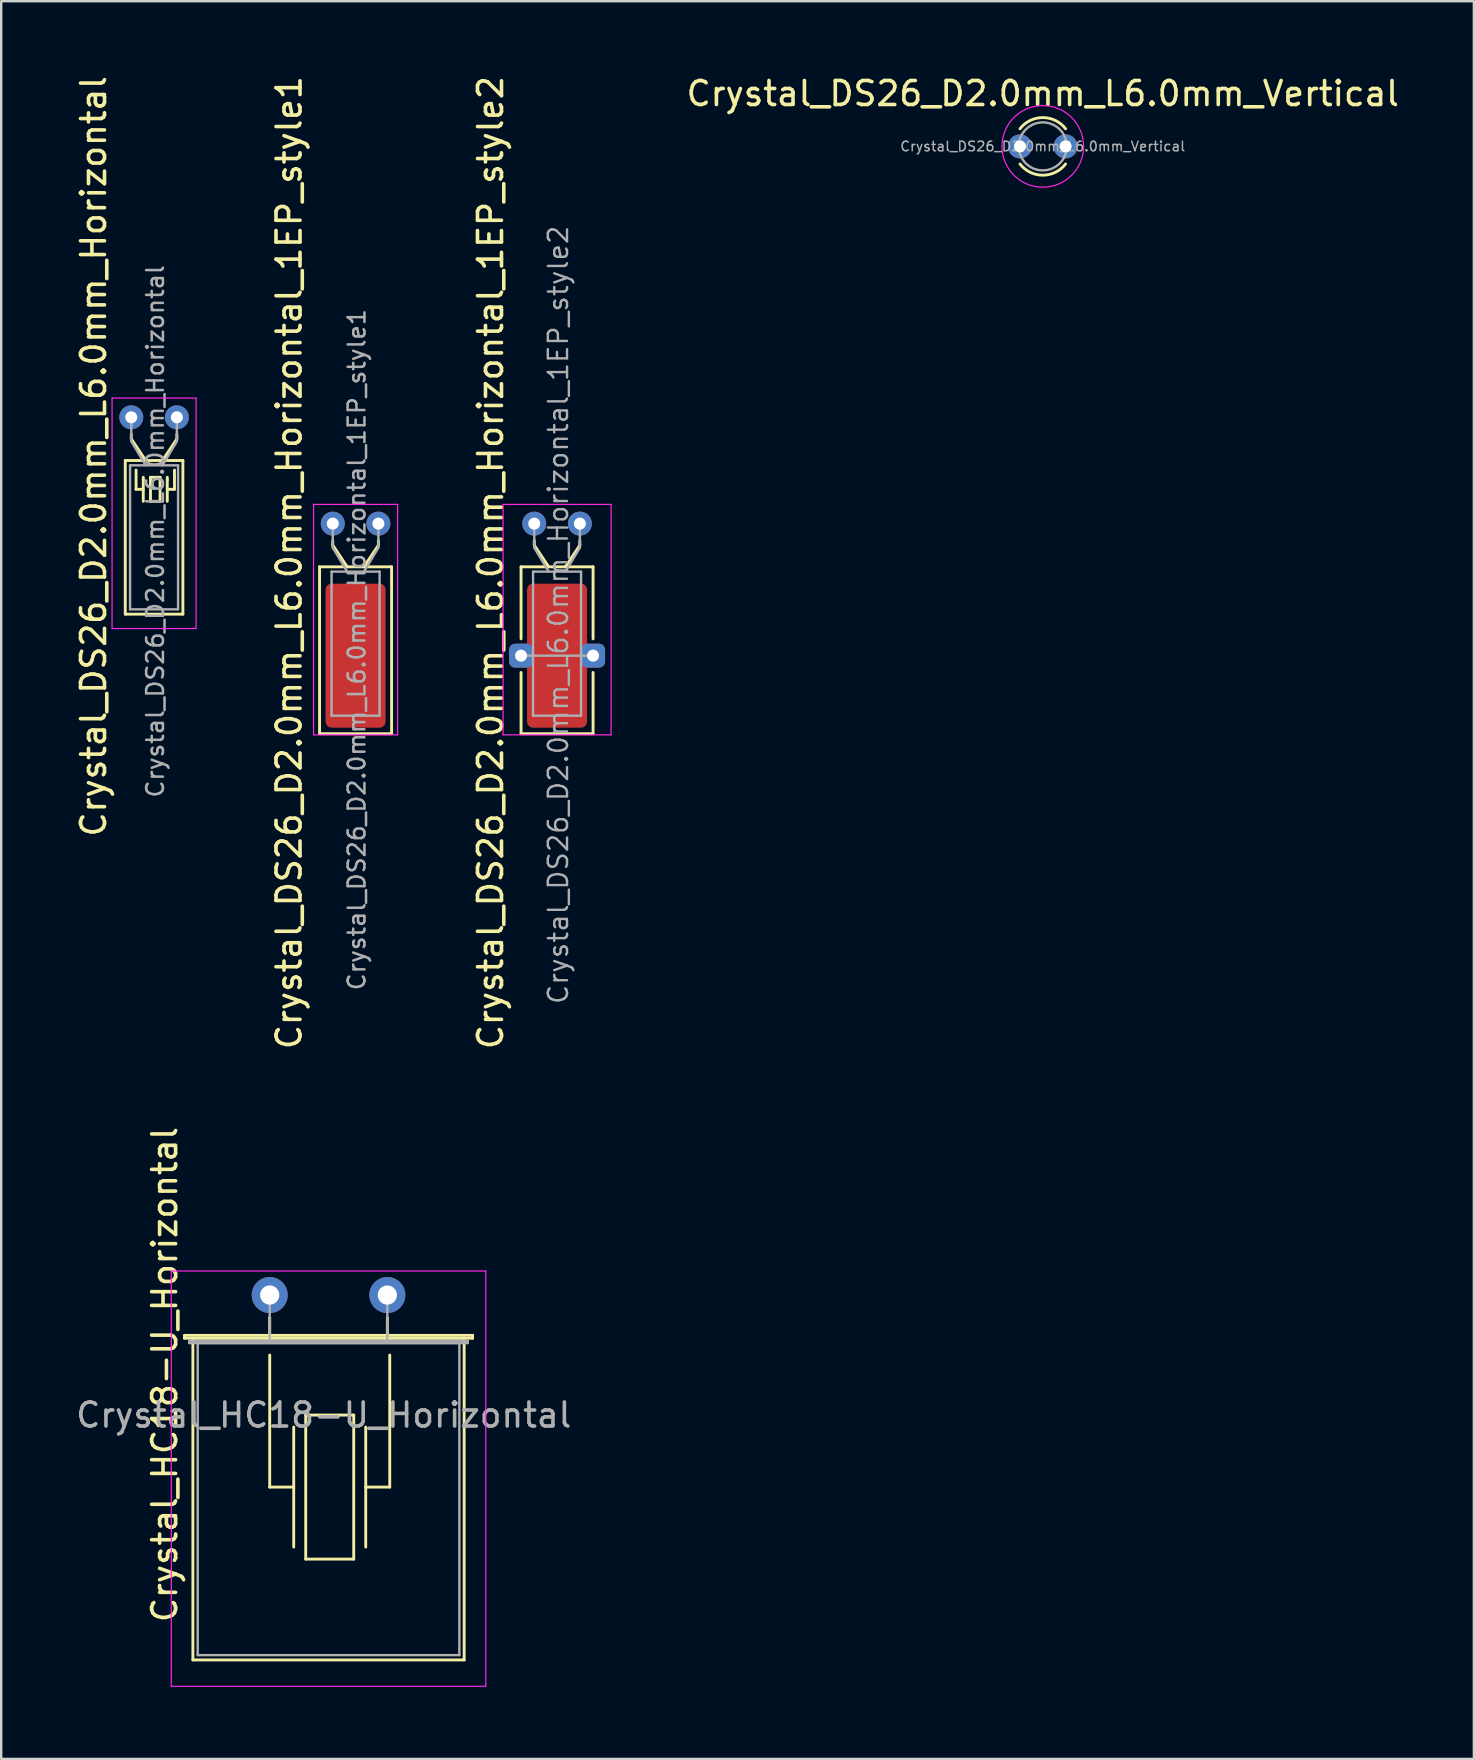
<source format=kicad_pcb>
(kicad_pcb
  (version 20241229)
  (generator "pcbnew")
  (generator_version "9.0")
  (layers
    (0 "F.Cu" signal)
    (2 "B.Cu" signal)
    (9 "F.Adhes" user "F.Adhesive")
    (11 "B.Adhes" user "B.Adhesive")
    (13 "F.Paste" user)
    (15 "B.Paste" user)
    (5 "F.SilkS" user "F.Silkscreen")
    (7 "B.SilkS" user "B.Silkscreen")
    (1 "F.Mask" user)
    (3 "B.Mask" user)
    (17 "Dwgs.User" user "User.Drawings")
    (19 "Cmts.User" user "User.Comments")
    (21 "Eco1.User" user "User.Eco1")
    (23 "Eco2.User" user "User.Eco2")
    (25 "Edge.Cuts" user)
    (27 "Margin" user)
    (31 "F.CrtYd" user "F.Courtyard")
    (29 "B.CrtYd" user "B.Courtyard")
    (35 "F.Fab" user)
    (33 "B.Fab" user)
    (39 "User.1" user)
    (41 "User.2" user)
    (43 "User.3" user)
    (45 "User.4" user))
  (footprint "Crystal_DS26_D2.0mm_L6.0mm_Horizontal"
    (layer "F.Cu")
    (at 2.418 14.333)
    (property "Reference" "Crystal_DS26_D2.0mm_L6.0mm_Horizontal" (at -1.57 1.625 90) (layer "F.SilkS") (effects (font (size 1 1) (thickness 0.15))))
    (attr through_hole)
    (fp_line (start -0.25 1.8) (end -0.25 8.2) (stroke (width 0.12) (type solid)) (layer "F.SilkS"))
    (fp_line (start -0.25 8.2) (end 2.15 8.2) (stroke (width 0.12) (type solid)) (layer "F.SilkS"))
    (fp_line (start 0 0.9) (end 0 0.7) (stroke (width 0.12) (type solid)) (layer "F.SilkS"))
    (fp_line (start 0.2 3) (end 0.2 2.2) (stroke (width 0.12) (type solid)) (layer "F.SilkS"))
    (fp_line (start 0.5 2.6) (end 0.5 2.5) (stroke (width 0.12) (type solid)) (layer "F.SilkS"))
    (fp_line (start 0.5 3) (end 0.2 3) (stroke (width 0.12) (type solid)) (layer "F.SilkS"))
    (fp_line (start 0.5 3.5) (end 0.5 2.6) (stroke (width 0.12) (type solid)) (layer "F.SilkS"))
    (fp_line (start 0.6 1.8) (end 0 0.9) (stroke (width 0.12) (type solid)) (layer "F.SilkS"))
    (fp_line (start 0.8 2.5) (end 0.8 3.5) (stroke (width 0.12) (type solid)) (layer "F.SilkS"))
    (fp_line (start 0.8 3.5) (end 1.2 3.5) (stroke (width 0.12) (type solid)) (layer "F.SilkS"))
    (fp_line (start 1.2 2.5) (end 0.8 2.5) (stroke (width 0.12) (type solid)) (layer "F.SilkS"))
    (fp_line (start 1.2 3.5) (end 1.2 2.5) (stroke (width 0.12) (type solid)) (layer "F.SilkS"))
    (fp_line (start 1.3 1.8) (end 1.9 0.9) (stroke (width 0.12) (type solid)) (layer "F.SilkS"))
    (fp_line (start 1.5 2.6) (end 1.5 2.5) (stroke (width 0.12) (type solid)) (layer "F.SilkS"))
    (fp_line (start 1.5 3) (end 1.8 3) (stroke (width 0.12) (type solid)) (layer "F.SilkS"))
    (fp_line (start 1.5 3.5) (end 1.5 2.6) (stroke (width 0.12) (type solid)) (layer "F.SilkS"))
    (fp_line (start 1.8 3) (end 1.8 2.2) (stroke (width 0.12) (type solid)) (layer "F.SilkS"))
    (fp_line (start 1.9 0.9) (end 1.9 0.7) (stroke (width 0.12) (type solid)) (layer "F.SilkS"))
    (fp_line (start 2.15 1.8) (end -0.25 1.8) (stroke (width 0.12) (type solid)) (layer "F.SilkS"))
    (fp_line (start 2.15 8.2) (end 2.15 1.8) (stroke (width 0.12) (type solid)) (layer "F.SilkS"))
    (fp_line (start -0.8 -0.8) (end -0.8 8.8) (stroke (width 0.05) (type solid)) (layer "F.CrtYd"))
    (fp_line (start -0.8 8.8) (end 2.7 8.8) (stroke (width 0.05) (type solid)) (layer "F.CrtYd"))
    (fp_line (start 2.7 -0.8) (end -0.8 -0.8) (stroke (width 0.05) (type solid)) (layer "F.CrtYd"))
    (fp_line (start 2.7 8.8) (end 2.7 -0.8) (stroke (width 0.05) (type solid)) (layer "F.CrtYd"))
    (fp_line (start -0.05 2) (end -0.05 8) (stroke (width 0.1) (type solid)) (layer "F.Fab"))
    (fp_line (start -0.05 8) (end 1.95 8) (stroke (width 0.1) (type solid)) (layer "F.Fab"))
    (fp_line (start 0 1) (end 0 0) (stroke (width 0.1) (type solid)) (layer "F.Fab"))
    (fp_line (start 0.6 2) (end 0 1) (stroke (width 0.1) (type solid)) (layer "F.Fab"))
    (fp_line (start 1.3 2) (end 1.9 1) (stroke (width 0.1) (type solid)) (layer "F.Fab"))
    (fp_line (start 1.9 1) (end 1.9 0) (stroke (width 0.1) (type solid)) (layer "F.Fab"))
    (fp_line (start 1.95 2) (end -0.05 2) (stroke (width 0.1) (type solid)) (layer "F.Fab"))
    (fp_line (start 1.95 8) (end 1.95 2) (stroke (width 0.1) (type solid)) (layer "F.Fab"))
    (fp_text user "${REFERENCE}" (at 1 4.75 90) (layer "F.Fab") (effects (font (size 0.7 0.7) (thickness 0.105))))
    (pad "1" thru_hole circle (at 0 0) (size 1 1) (drill 0.5) (layers "*.Cu" "*.Mask"))
    (pad "2" thru_hole circle (at 1.9 0) (size 1 1) (drill 0.5) (layers "*.Cu" "*.Mask")))
  (footprint "Crystal_DS26_D2.0mm_L6.0mm_Horizontal_1EP_style2"
    (layer "F.Cu")
    (at 19.205 18.762)
    (property "Reference" "Crystal_DS26_D2.0mm_L6.0mm_Horizontal_1EP_style2" (at -1.82 1.625 90) (layer "F.SilkS") (effects (font (size 1 1) (thickness 0.15))))
    (attr through_hole)
    (fp_line (start -0.55 1.8) (end 2.45 1.8) (stroke (width 0.12) (type solid)) (layer "F.SilkS"))
    (fp_line (start -0.55 4.8) (end -0.55 1.8) (stroke (width 0.12) (type solid)) (layer "F.SilkS"))
    (fp_line (start -0.55 6.2) (end -0.55 8.75) (stroke (width 0.12) (type solid)) (layer "F.SilkS"))
    (fp_line (start -0.55 8.75) (end 2.45 8.75) (stroke (width 0.12) (type solid)) (layer "F.SilkS"))
    (fp_line (start 0 0.9) (end 0 0.7) (stroke (width 0.12) (type solid)) (layer "F.SilkS"))
    (fp_line (start 0.6 1.8) (end 0 0.9) (stroke (width 0.12) (type solid)) (layer "F.SilkS"))
    (fp_line (start 1.3 1.8) (end 1.9 0.9) (stroke (width 0.12) (type solid)) (layer "F.SilkS"))
    (fp_line (start 1.9 0.9) (end 1.9 0.7) (stroke (width 0.12) (type solid)) (layer "F.SilkS"))
    (fp_line (start 2.45 1.8) (end 2.45 4.8) (stroke (width 0.12) (type solid)) (layer "F.SilkS"))
    (fp_line (start 2.45 8.75) (end 2.45 6.2) (stroke (width 0.12) (type solid)) (layer "F.SilkS"))
    (fp_line (start -1.3 -0.8) (end -1.3 8.8) (stroke (width 0.05) (type solid)) (layer "F.CrtYd"))
    (fp_line (start -1.3 8.8) (end 3.2 8.8) (stroke (width 0.05) (type solid)) (layer "F.CrtYd"))
    (fp_line (start 3.2 -0.8) (end -1.3 -0.8) (stroke (width 0.05) (type solid)) (layer "F.CrtYd"))
    (fp_line (start 3.2 8.8) (end 3.2 -0.8) (stroke (width 0.05) (type solid)) (layer "F.CrtYd"))
    (fp_line (start -0.55 5.5) (end 2.45 5.5) (stroke (width 0.1) (type solid)) (layer "F.Fab"))
    (fp_line (start -0.05 2) (end -0.05 8) (stroke (width 0.1) (type solid)) (layer "F.Fab"))
    (fp_line (start -0.05 8) (end 1.95 8) (stroke (width 0.1) (type solid)) (layer "F.Fab"))
    (fp_line (start 0 1) (end 0 0) (stroke (width 0.1) (type solid)) (layer "F.Fab"))
    (fp_line (start 0.6 2) (end 0 1) (stroke (width 0.1) (type solid)) (layer "F.Fab"))
    (fp_line (start 1.3 2) (end 1.9 1) (stroke (width 0.1) (type solid)) (layer "F.Fab"))
    (fp_line (start 1.9 1) (end 1.9 0) (stroke (width 0.1) (type solid)) (layer "F.Fab"))
    (fp_line (start 1.95 2) (end -0.05 2) (stroke (width 0.1) (type solid)) (layer "F.Fab"))
    (fp_line (start 1.95 8) (end 1.95 2) (stroke (width 0.1) (type solid)) (layer "F.Fab"))
    (fp_text user "${REFERENCE}" (at 1 3.8 90) (layer "F.Fab") (effects (font (size 0.8 0.8) (thickness 0.1))))
    (pad "1" thru_hole circle (at 0 0) (size 1 1) (drill 0.5) (layers "*.Cu" "*.Mask"))
    (pad "2" thru_hole circle (at 1.9 0) (size 1 1) (drill 0.5) (layers "*.Cu" "*.Mask"))
    (pad "3" thru_hole roundrect (at -0.55 5.5) (size 1 1) (drill 0.5) (layers "*.Cu" "*.Mask") (roundrect_rratio 0.25))
    (pad "3" smd roundrect (at 0.95 5.5) (size 2.5 6) (layers "F.Cu" "F.Mask" "F.Paste") (roundrect_rratio 0.1))
    (pad "3" thru_hole roundrect (at 2.45 5.5) (size 1 1) (drill 0.5) (layers "*.Cu" "*.Mask") (roundrect_rratio 0.25)))
  (footprint "Crystal_DS26_D2.0mm_L6.0mm_Vertical"
    (layer "F.Cu")
    (at 39.438 3.048)
    (property "Reference" "Crystal_DS26_D2.0mm_L6.0mm_Vertical" (at 0.95 -2.2 0) (layer "F.SilkS") (effects (font (size 1 1) (thickness 0.15))))
    (attr through_hole)
    (fp_arc (start 0 -0.733144) (mid 0.950178 -1.2) (end 1.900217 -0.732863) (stroke (width 0.12) (type solid)) (layer "F.SilkS"))
    (fp_arc (start 1.900217 0.732863) (mid 0.950178 1.2) (end 0 0.733144) (stroke (width 0.12) (type solid)) (layer "F.SilkS"))
    (fp_circle (center 0.95 0) (end 2.65 0) (stroke (width 0.05) (type solid)) (fill no) (layer "F.CrtYd"))
    (fp_circle (center 0.95 0) (end 1.95 0) (stroke (width 0.1) (type solid)) (fill no) (layer "F.Fab"))
    (fp_text user "${REFERENCE}" (at 0.95 0 0) (layer "F.Fab") (effects (font (size 0.4 0.4) (thickness 0.06))))
    (pad "1" thru_hole circle (at 0 0) (size 1 1) (drill 0.5) (layers "*.Cu" "*.Mask"))
    (pad "2" thru_hole circle (at 1.9 0) (size 1 1) (drill 0.5) (layers "*.Cu" "*.Mask")))
  (footprint "Crystal_HC18-U_Horizontal"
    (layer "F.Cu")
    (at 8.185 50.896)
    (property "Reference" "Crystal_HC18-U_Horizontal" (at -4.375 3.312 90) (layer "F.SilkS") (effects (font (size 1 1) (thickness 0.15))))
    (attr through_hole)
    (fp_line (start -3.55 1.68) (end 8.45 1.68) (stroke (width 0.12) (type solid)) (layer "F.SilkS"))
    (fp_line (start -3.55 1.8) (end -3.55 1.68) (stroke (width 0.12) (type solid)) (layer "F.SilkS"))
    (fp_line (start -3.2 1.8) (end -3.2 15.2) (stroke (width 0.12) (type solid)) (layer "F.SilkS"))
    (fp_line (start -3.2 15.2) (end 8.1 15.2) (stroke (width 0.12) (type solid)) (layer "F.SilkS"))
    (fp_line (start 0 0.95) (end 0 0.95) (stroke (width 0.12) (type solid)) (layer "F.SilkS"))
    (fp_line (start 0 1.8) (end 0 0.95) (stroke (width 0.12) (type solid)) (layer "F.SilkS"))
    (fp_line (start 0 8) (end 0 2.5) (stroke (width 0.12) (type solid)) (layer "F.SilkS"))
    (fp_line (start 1 5.5) (end 1 10.5) (stroke (width 0.12) (type solid)) (layer "F.SilkS"))
    (fp_line (start 1 8) (end 0 8) (stroke (width 0.12) (type solid)) (layer "F.SilkS"))
    (fp_line (start 1.5 5) (end 1.5 11) (stroke (width 0.12) (type solid)) (layer "F.SilkS"))
    (fp_line (start 1.5 11) (end 3.5 11) (stroke (width 0.12) (type solid)) (layer "F.SilkS"))
    (fp_line (start 3.5 5) (end 1.5 5) (stroke (width 0.12) (type solid)) (layer "F.SilkS"))
    (fp_line (start 3.5 11) (end 3.5 5) (stroke (width 0.12) (type solid)) (layer "F.SilkS"))
    (fp_line (start 4 5.5) (end 4 10.5) (stroke (width 0.12) (type solid)) (layer "F.SilkS"))
    (fp_line (start 4 8) (end 5 8) (stroke (width 0.12) (type solid)) (layer "F.SilkS"))
    (fp_line (start 4.9 0.95) (end 4.9 0.95) (stroke (width 0.12) (type solid)) (layer "F.SilkS"))
    (fp_line (start 4.9 1.8) (end 4.9 0.95) (stroke (width 0.12) (type solid)) (layer "F.SilkS"))
    (fp_line (start 5 8) (end 5 2.5) (stroke (width 0.12) (type solid)) (layer "F.SilkS"))
    (fp_line (start 8.1 1.8) (end -3.2 1.8) (stroke (width 0.12) (type solid)) (layer "F.SilkS"))
    (fp_line (start 8.1 15.2) (end 8.1 1.8) (stroke (width 0.12) (type solid)) (layer "F.SilkS"))
    (fp_line (start 8.45 1.68) (end 8.45 1.8) (stroke (width 0.12) (type solid)) (layer "F.SilkS"))
    (fp_line (start 8.45 1.8) (end -3.55 1.8) (stroke (width 0.12) (type solid)) (layer "F.SilkS"))
    (fp_line (start -4.1 -1) (end -4.1 16.3) (stroke (width 0.05) (type solid)) (layer "F.CrtYd"))
    (fp_line (start -4.1 16.3) (end 9 16.3) (stroke (width 0.05) (type solid)) (layer "F.CrtYd"))
    (fp_line (start 9 -1) (end -4.1 -1) (stroke (width 0.05) (type solid)) (layer "F.CrtYd"))
    (fp_line (start 9 16.3) (end 9 -1) (stroke (width 0.05) (type solid)) (layer "F.CrtYd"))
    (fp_line (start -3.35 1.9) (end 8.25 1.9) (stroke (width 0.1) (type solid)) (layer "F.Fab"))
    (fp_line (start -3.35 2) (end -3.35 1.9) (stroke (width 0.1) (type solid)) (layer "F.Fab"))
    (fp_line (start -3 2) (end -3 15) (stroke (width 0.1) (type solid)) (layer "F.Fab"))
    (fp_line (start -3 15) (end 7.9 15) (stroke (width 0.1) (type solid)) (layer "F.Fab"))
    (fp_line (start 0 1) (end 0 0) (stroke (width 0.1) (type solid)) (layer "F.Fab"))
    (fp_line (start 0 2) (end 0 1) (stroke (width 0.1) (type solid)) (layer "F.Fab"))
    (fp_line (start 4.9 1) (end 4.9 0) (stroke (width 0.1) (type solid)) (layer "F.Fab"))
    (fp_line (start 4.9 2) (end 4.9 1) (stroke (width 0.1) (type solid)) (layer "F.Fab"))
    (fp_line (start 7.9 2) (end -3 2) (stroke (width 0.1) (type solid)) (layer "F.Fab"))
    (fp_line (start 7.9 15) (end 7.9 2) (stroke (width 0.1) (type solid)) (layer "F.Fab"))
    (fp_line (start 8.25 1.9) (end 8.25 2) (stroke (width 0.1) (type solid)) (layer "F.Fab"))
    (fp_line (start 8.25 2) (end -3.35 2) (stroke (width 0.1) (type solid)) (layer "F.Fab"))
    (fp_text user "${REFERENCE}" (at 2.25 5 0) (layer "F.Fab") (effects (font (size 1 1) (thickness 0.15))))
    (pad "1" thru_hole circle (at 0 0) (size 1.5 1.5) (drill 0.8) (layers "*.Cu" "*.Mask"))
    (pad "2" thru_hole circle (at 4.9 0) (size 1.5 1.5) (drill 0.8) (layers "*.Cu" "*.Mask")))
  (footprint "Crystal_DS26_D2.0mm_L6.0mm_Horizontal_1EP_style1"
    (layer "F.Cu")
    (at 10.812 18.762)
    (property "Reference" "Crystal_DS26_D2.0mm_L6.0mm_Horizontal_1EP_style1" (at -1.82 1.625 90) (layer "F.SilkS") (effects (font (size 1 1) (thickness 0.15))))
    (attr through_hole)
    (fp_line (start -0.55 1.8) (end 2.45 1.8) (stroke (width 0.12) (type solid)) (layer "F.SilkS"))
    (fp_line (start -0.55 8.75) (end -0.55 1.8) (stroke (width 0.12) (type solid)) (layer "F.SilkS"))
    (fp_line (start -0.55 8.75) (end 2.45 8.75) (stroke (width 0.12) (type solid)) (layer "F.SilkS"))
    (fp_line (start 0 0.9) (end 0 0.7) (stroke (width 0.12) (type solid)) (layer "F.SilkS"))
    (fp_line (start 0.6 1.8) (end 0 0.9) (stroke (width 0.12) (type solid)) (layer "F.SilkS"))
    (fp_line (start 1.3 1.8) (end 1.9 0.9) (stroke (width 0.12) (type solid)) (layer "F.SilkS"))
    (fp_line (start 1.9 0.9) (end 1.9 0.7) (stroke (width 0.12) (type solid)) (layer "F.SilkS"))
    (fp_line (start 2.45 1.8) (end 2.45 2.3) (stroke (width 0.12) (type solid)) (layer "F.SilkS"))
    (fp_line (start 2.45 8.75) (end 2.45 2.3) (stroke (width 0.12) (type solid)) (layer "F.SilkS"))
    (fp_line (start -0.8 -0.8) (end -0.8 8.8) (stroke (width 0.05) (type solid)) (layer "F.CrtYd"))
    (fp_line (start -0.8 8.8) (end 2.7 8.8) (stroke (width 0.05) (type solid)) (layer "F.CrtYd"))
    (fp_line (start 2.7 -0.8) (end -0.8 -0.8) (stroke (width 0.05) (type solid)) (layer "F.CrtYd"))
    (fp_line (start 2.7 8.8) (end 2.7 -0.8) (stroke (width 0.05) (type solid)) (layer "F.CrtYd"))
    (fp_line (start -0.05 2) (end -0.05 8) (stroke (width 0.1) (type solid)) (layer "F.Fab"))
    (fp_line (start -0.05 8) (end 1.95 8) (stroke (width 0.1) (type solid)) (layer "F.Fab"))
    (fp_line (start 0 1) (end 0 0) (stroke (width 0.1) (type solid)) (layer "F.Fab"))
    (fp_line (start 0.6 2) (end 0 1) (stroke (width 0.1) (type solid)) (layer "F.Fab"))
    (fp_line (start 1.3 2) (end 1.9 1) (stroke (width 0.1) (type solid)) (layer "F.Fab"))
    (fp_line (start 1.9 1) (end 1.9 0) (stroke (width 0.1) (type solid)) (layer "F.Fab"))
    (fp_line (start 1.95 2) (end -0.05 2) (stroke (width 0.1) (type solid)) (layer "F.Fab"))
    (fp_line (start 1.95 8) (end 1.95 2) (stroke (width 0.1) (type solid)) (layer "F.Fab"))
    (fp_text user "${REFERENCE}" (at 1 5.25 90) (layer "F.Fab") (effects (font (size 0.7 0.7) (thickness 0.105))))
    (pad "1" thru_hole circle (at 0 0) (size 1 1) (drill 0.5) (layers "*.Cu" "*.Mask"))
    (pad "2" thru_hole circle (at 1.9 0) (size 1 1) (drill 0.5) (layers "*.Cu" "*.Mask"))
    (pad "3" smd roundrect (at 0.95 5.5) (size 2.5 6) (layers "F.Cu" "F.Mask" "F.Paste") (roundrect_rratio 0.1)))
  (gr_rect
    (start -3 -3)
    (end 58.346 70.221)
    (stroke (width 0.1) (type default))
    (fill no)
    (layer "Edge.Cuts")))
</source>
